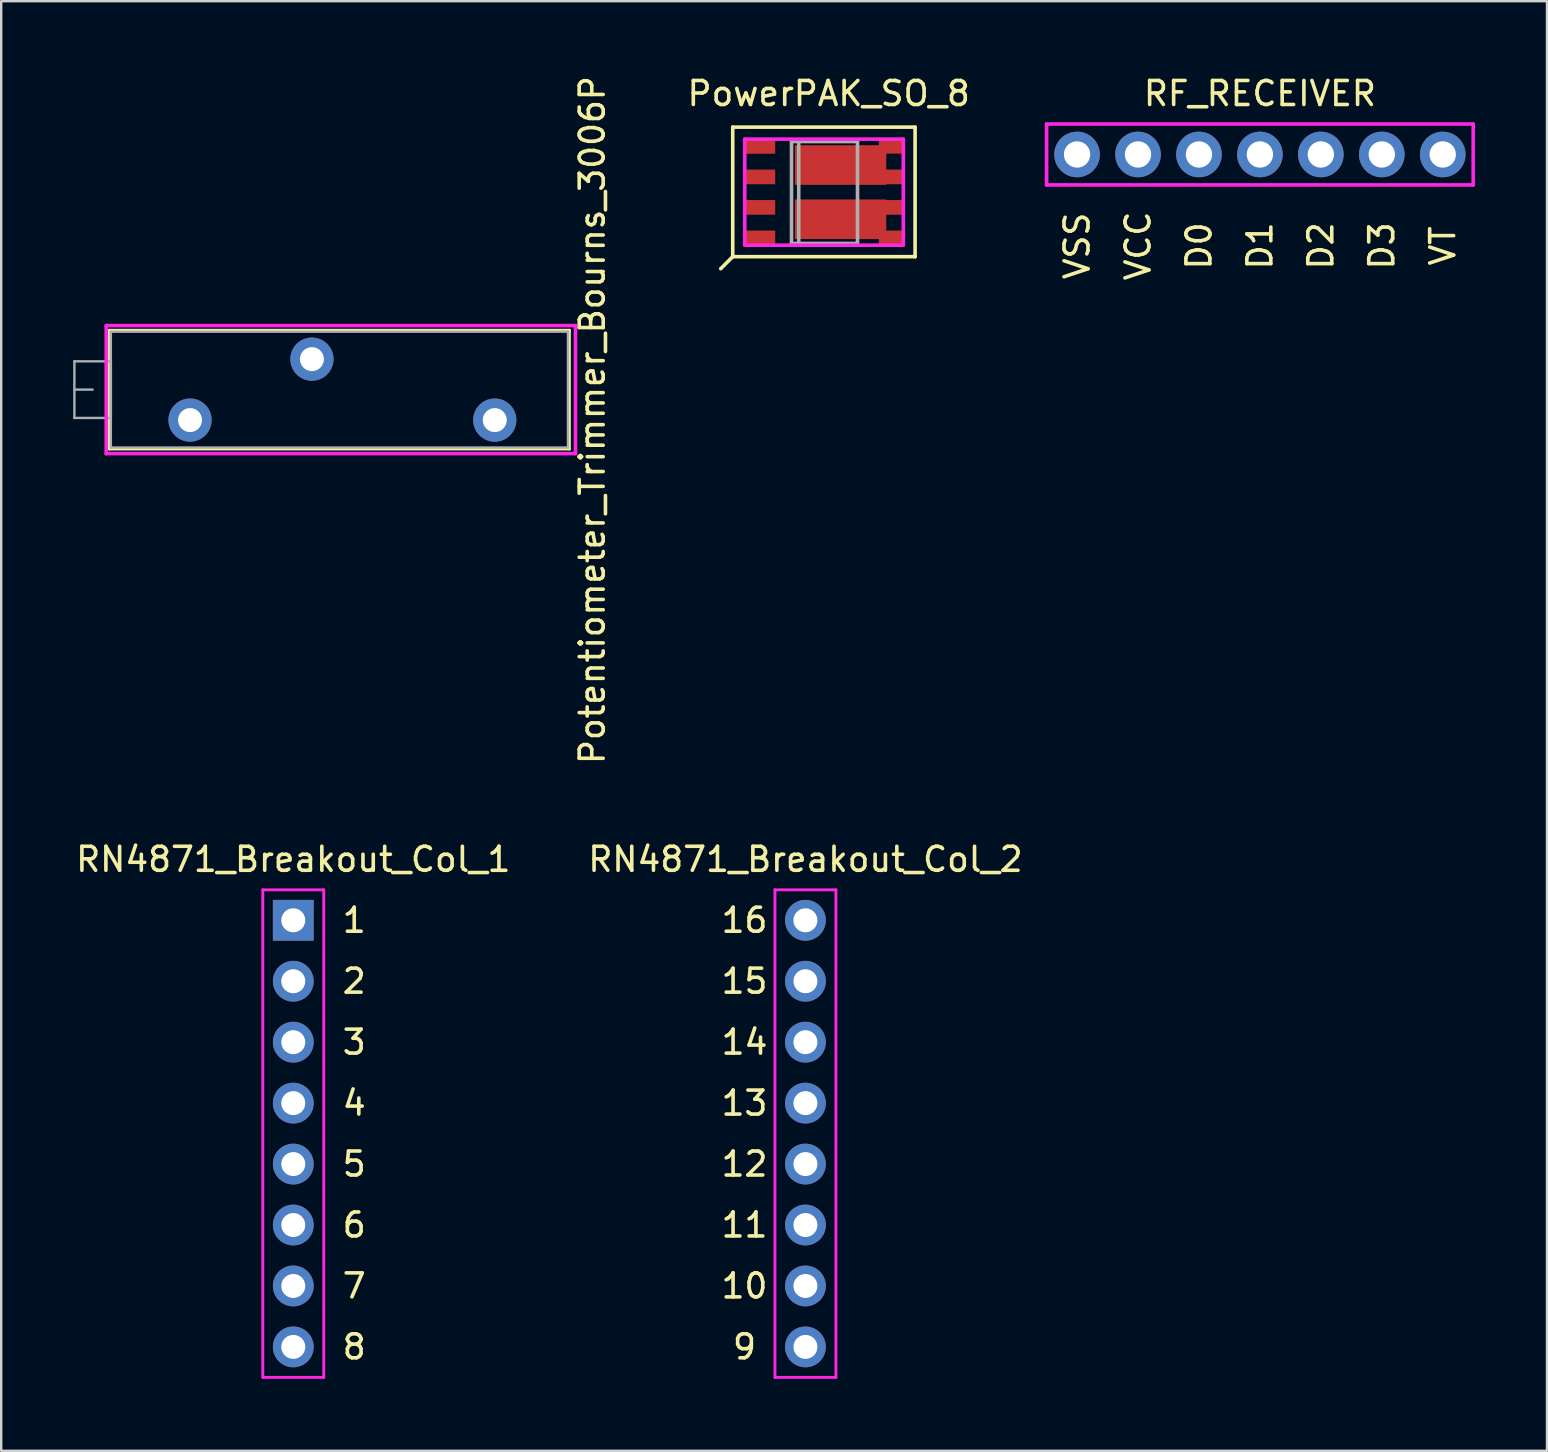
<source format=kicad_pcb>
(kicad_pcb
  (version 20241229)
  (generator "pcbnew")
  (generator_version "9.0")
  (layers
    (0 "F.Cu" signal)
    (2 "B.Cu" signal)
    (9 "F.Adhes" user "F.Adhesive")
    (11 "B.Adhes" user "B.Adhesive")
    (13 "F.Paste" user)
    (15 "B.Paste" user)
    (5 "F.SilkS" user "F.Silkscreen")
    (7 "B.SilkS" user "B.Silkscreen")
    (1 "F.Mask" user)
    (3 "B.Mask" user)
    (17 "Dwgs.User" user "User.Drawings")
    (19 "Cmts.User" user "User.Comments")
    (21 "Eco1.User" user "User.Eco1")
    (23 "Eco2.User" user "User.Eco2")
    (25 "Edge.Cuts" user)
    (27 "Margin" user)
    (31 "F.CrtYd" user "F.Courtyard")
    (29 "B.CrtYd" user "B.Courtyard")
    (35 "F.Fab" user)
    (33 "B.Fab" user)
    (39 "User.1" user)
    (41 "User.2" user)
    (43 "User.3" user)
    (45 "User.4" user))
  (footprint "RF_RECEIVER"
    (layer "F.Cu")
    (at 49.459 3.388)
    (property "Reference" "RF_RECEIVER" (at 0 -2.54 0) (layer "F.SilkS") (effects (font (size 1 1) (thickness 0.15))))
    (attr through_hole)
    (fp_line (start -8.89 -1.27) (end -8.89 1.27) (stroke (width 0.15) (type solid)) (layer "F.CrtYd"))
    (fp_line (start -8.89 1.27) (end 8.89 1.27) (stroke (width 0.15) (type solid)) (layer "F.CrtYd"))
    (fp_line (start 8.89 -1.27) (end -8.89 -1.27) (stroke (width 0.15) (type solid)) (layer "F.CrtYd"))
    (fp_line (start 8.89 1.27) (end 8.89 -1.27) (stroke (width 0.15) (type solid)) (layer "F.CrtYd"))
    (fp_text user "D3" (at 5.08 3.81 90) (layer "F.SilkS") (effects (font (size 1 1) (thickness 0.15))))
    (fp_text user "VT" (at 7.62 3.81 90) (layer "F.SilkS") (effects (font (size 1 1) (thickness 0.15))))
    (fp_text user "VSS" (at -7.62 3.81 90) (layer "F.SilkS") (effects (font (size 1 1) (thickness 0.15))))
    (fp_text user "D2" (at 2.54 3.81 90) (layer "F.SilkS") (effects (font (size 1 1) (thickness 0.15))))
    (fp_text user "D1" (at 0 3.81 90) (layer "F.SilkS") (effects (font (size 1 1) (thickness 0.15))))
    (fp_text user "D0" (at -2.54 3.81 90) (layer "F.SilkS") (effects (font (size 1 1) (thickness 0.15))))
    (fp_text user "VCC" (at -5.08 3.81 90) (layer "F.SilkS") (effects (font (size 1 1) (thickness 0.15))))
    (pad "1" thru_hole circle (at -7.62 0) (size 1.9 1.9) (drill 1.1) (layers "*.Cu" "*.Mask"))
    (pad "2" thru_hole circle (at -5.08 0) (size 1.9 1.9) (drill 1.1) (layers "*.Cu" "*.Mask"))
    (pad "3" thru_hole circle (at -2.54 0) (size 1.9 1.9) (drill 1.1) (layers "*.Cu" "*.Mask"))
    (pad "4" thru_hole circle (at 0 0) (size 1.9 1.9) (drill 1.1) (layers "*.Cu" "*.Mask"))
    (pad "5" thru_hole circle (at 2.54 0) (size 1.9 1.9) (drill 1.1) (layers "*.Cu" "*.Mask"))
    (pad "6" thru_hole circle (at 5.08 0) (size 1.9 1.9) (drill 1.1) (layers "*.Cu" "*.Mask"))
    (pad "7" thru_hole circle (at 7.62 0) (size 1.9 1.9) (drill 1.1) (layers "*.Cu" "*.Mask")))
  (footprint "Potentiometer_Trimmer_Bourns_3006P"
    (layer "F.Cu")
    (at 17.57 14.458)
    (property "Reference" "Potentiometer_Trimmer_Bourns_3006P" (at 4.064 0 90) (layer "F.SilkS") (effects (font (size 1 1) (thickness 0.15))))
    (attr through_hole)
    (fp_line (start -16.061 -2.51) (end -16.061 -0.03) (stroke (width 0.12) (type solid)) (layer "F.SilkS"))
    (fp_line (start -16.06 -3.745) (end -16.06 1.206) (stroke (width 0.12) (type solid)) (layer "F.SilkS"))
    (fp_line (start -16.06 -3.745) (end 3.111 -3.745) (stroke (width 0.12) (type solid)) (layer "F.SilkS"))
    (fp_line (start -16.06 1.206) (end 3.111 1.206) (stroke (width 0.12) (type solid)) (layer "F.SilkS"))
    (fp_line (start 3.111 -3.745) (end 3.111 1.206) (stroke (width 0.12) (type solid)) (layer "F.SilkS"))
    (fp_line (start -16.192 -3.937) (end -16.192 1.397) (stroke (width 0.15) (type solid)) (layer "F.CrtYd"))
    (fp_line (start -16.192 1.397) (end 3.365 1.397) (stroke (width 0.15) (type solid)) (layer "F.CrtYd"))
    (fp_line (start 3.365 -3.937) (end -16.192 -3.937) (stroke (width 0.15) (type solid)) (layer "F.CrtYd"))
    (fp_line (start 3.365 1.397) (end 3.365 -3.937) (stroke (width 0.15) (type solid)) (layer "F.CrtYd"))
    (fp_line (start -17.52 -2.45) (end -17.52 -0.09) (stroke (width 0.1) (type solid)) (layer "F.Fab"))
    (fp_line (start -17.52 -1.27) (end -16.76 -1.27) (stroke (width 0.1) (type solid)) (layer "F.Fab"))
    (fp_line (start -17.52 -0.09) (end -16 -0.09) (stroke (width 0.1) (type solid)) (layer "F.Fab"))
    (fp_line (start -16 -3.685) (end -16 1.145) (stroke (width 0.1) (type solid)) (layer "F.Fab"))
    (fp_line (start -16 -2.45) (end -17.52 -2.45) (stroke (width 0.1) (type solid)) (layer "F.Fab"))
    (fp_line (start -16 -0.09) (end -16 -2.45) (stroke (width 0.1) (type solid)) (layer "F.Fab"))
    (fp_line (start -16 1.145) (end 3.05 1.145) (stroke (width 0.1) (type solid)) (layer "F.Fab"))
    (fp_line (start 3.05 -3.685) (end -16 -3.685) (stroke (width 0.1) (type solid)) (layer "F.Fab"))
    (fp_line (start 3.05 1.145) (end 3.05 -3.685) (stroke (width 0.1) (type solid)) (layer "F.Fab"))
    (pad "1" thru_hole circle (at 0 0) (size 1.8 1.8) (drill 1) (layers "*.Cu" "*.Mask"))
    (pad "2" thru_hole circle (at -7.62 -2.54) (size 1.8 1.8) (drill 1) (layers "*.Cu" "*.Mask"))
    (pad "3" thru_hole circle (at -12.7 0) (size 1.8 1.8) (drill 1) (layers "*.Cu" "*.Mask")))
  (footprint "RN4871_Breakout_Col_2"
    (layer "F.Cu")
    (at 30.518 35.305)
    (property "Reference" "RN4871_Breakout_Col_2" (at 0 -2.54 0) (layer "F.SilkS") (effects (font (size 1 1) (thickness 0.15))))
    (attr through_hole)
    (fp_line (start -1.27 -1.27) (end 1.27 -1.27) (stroke (width 0.12) (type solid)) (layer "F.CrtYd"))
    (fp_line (start -1.27 19.05) (end -1.27 -1.27) (stroke (width 0.12) (type solid)) (layer "F.CrtYd"))
    (fp_line (start 1.27 -1.27) (end 1.27 19.05) (stroke (width 0.12) (type solid)) (layer "F.CrtYd"))
    (fp_line (start 1.27 19.05) (end -1.27 19.05) (stroke (width 0.12) (type solid)) (layer "F.CrtYd"))
    (fp_text user "12" (at -2.54 10.16 0) (layer "F.SilkS") (effects (font (size 1 1) (thickness 0.15))))
    (fp_text user "11" (at -2.54 12.7 0) (layer "F.SilkS") (effects (font (size 1 1) (thickness 0.15))))
    (fp_text user "14" (at -2.54 5.08 0) (layer "F.SilkS") (effects (font (size 1 1) (thickness 0.15))))
    (fp_text user "15" (at -2.54 2.54 0) (layer "F.SilkS") (effects (font (size 1 1) (thickness 0.15))))
    (fp_text user "10" (at -2.54 15.24 0) (layer "F.SilkS") (effects (font (size 1 1) (thickness 0.15))))
    (fp_text user "13" (at -2.54 7.62 0) (layer "F.SilkS") (effects (font (size 1 1) (thickness 0.15))))
    (fp_text user "16" (at -2.54 0 0) (layer "F.SilkS") (effects (font (size 1 1) (thickness 0.15))))
    (fp_text user "9" (at -2.54 17.78 0) (layer "F.SilkS") (effects (font (size 1 1) (thickness 0.15))))
    (pad "1" thru_hole circle (at 0 17.78) (size 1.7 1.7) (drill 1) (layers "*.Cu" "*.Mask"))
    (pad "2" thru_hole circle (at 0 15.24) (size 1.7 1.7) (drill 1) (layers "*.Cu" "*.Mask"))
    (pad "3" thru_hole circle (at 0 12.7) (size 1.7 1.7) (drill 1) (layers "*.Cu" "*.Mask"))
    (pad "4" thru_hole circle (at 0 10.16) (size 1.7 1.7) (drill 1) (layers "*.Cu" "*.Mask"))
    (pad "5" thru_hole circle (at 0 7.62) (size 1.7 1.7) (drill 1) (layers "*.Cu" "*.Mask"))
    (pad "6" thru_hole circle (at 0 5.08) (size 1.7 1.7) (drill 1) (layers "*.Cu" "*.Mask"))
    (pad "7" thru_hole circle (at 0 2.54) (size 1.7 1.7) (drill 1) (layers "*.Cu" "*.Mask"))
    (pad "8" thru_hole circle (at 0 0) (size 1.7 1.7) (drill 1) (layers "*.Cu" "*.Mask")))
  (footprint "RN4871_Breakout_Col_1"
    (layer "F.Cu")
    (at 9.173 35.305)
    (property "Reference" "RN4871_Breakout_Col_1" (at 0 -2.54 0) (layer "F.SilkS") (effects (font (size 1 1) (thickness 0.15))))
    (attr through_hole)
    (fp_line (start -1.27 -1.27) (end 1.27 -1.27) (stroke (width 0.12) (type solid)) (layer "F.CrtYd"))
    (fp_line (start -1.27 19.05) (end -1.27 -1.27) (stroke (width 0.12) (type solid)) (layer "F.CrtYd"))
    (fp_line (start 1.27 -1.27) (end 1.27 19.05) (stroke (width 0.12) (type solid)) (layer "F.CrtYd"))
    (fp_line (start 1.27 19.05) (end -1.27 19.05) (stroke (width 0.12) (type solid)) (layer "F.CrtYd"))
    (fp_text user "8" (at 2.54 17.78 0) (layer "F.SilkS") (effects (font (size 1 1) (thickness 0.15))))
    (fp_text user "1" (at 2.54 0 0) (layer "F.SilkS") (effects (font (size 1 1) (thickness 0.15))))
    (fp_text user "4" (at 2.54 7.62 0) (layer "F.SilkS") (effects (font (size 1 1) (thickness 0.15))))
    (fp_text user "5" (at 2.54 10.16 0) (layer "F.SilkS") (effects (font (size 1 1) (thickness 0.15))))
    (fp_text user "2" (at 2.54 2.54 0) (layer "F.SilkS") (effects (font (size 1 1) (thickness 0.15))))
    (fp_text user "7" (at 2.54 15.24 0) (layer "F.SilkS") (effects (font (size 1 1) (thickness 0.15))))
    (fp_text user "6" (at 2.54 12.7 0) (layer "F.SilkS") (effects (font (size 1 1) (thickness 0.15))))
    (fp_text user "3" (at 2.54 5.08 0) (layer "F.SilkS") (effects (font (size 1 1) (thickness 0.15))))
    (pad "1" thru_hole rect (at 0 0) (size 1.7 1.7) (drill 1) (layers "*.Cu" "*.Mask"))
    (pad "2" thru_hole circle (at 0 2.54) (size 1.7 1.7) (drill 1) (layers "*.Cu" "*.Mask"))
    (pad "3" thru_hole circle (at 0 5.08) (size 1.7 1.7) (drill 1) (layers "*.Cu" "*.Mask"))
    (pad "4" thru_hole circle (at 0 7.62) (size 1.7 1.7) (drill 1) (layers "*.Cu" "*.Mask"))
    (pad "5" thru_hole circle (at 0 10.16) (size 1.7 1.7) (drill 1) (layers "*.Cu" "*.Mask"))
    (pad "6" thru_hole circle (at 0 12.7) (size 1.7 1.7) (drill 1) (layers "*.Cu" "*.Mask"))
    (pad "7" thru_hole circle (at 0 15.24) (size 1.7 1.7) (drill 1) (layers "*.Cu" "*.Mask"))
    (pad "8" thru_hole circle (at 0 17.78) (size 1.7 1.7) (drill 1) (layers "*.Cu" "*.Mask")))
  (footprint "PowerPAK_SO_8"
    (layer "F.Cu")
    (at 27.988 2.748)
    (property "Reference" "PowerPAK_SO_8" (at 3.5 -1.9 0) (layer "F.SilkS") (effects (font (size 1 1) (thickness 0.15))))
    (attr through_hole)
    (fp_line (start -0.5 -0.5) (end 7.1 -0.5) (stroke (width 0.15) (type solid)) (layer "F.SilkS"))
    (fp_line (start -0.5 4.9) (end -1 5.4) (stroke (width 0.15) (type solid)) (layer "F.SilkS"))
    (fp_line (start -0.5 4.9) (end -0.5 -0.5) (stroke (width 0.15) (type solid)) (layer "F.SilkS"))
    (fp_line (start 7.1 -0.5) (end 7.1 4.9) (stroke (width 0.15) (type solid)) (layer "F.SilkS"))
    (fp_line (start 7.1 4.9) (end -0.5 4.9) (stroke (width 0.15) (type solid)) (layer "F.SilkS"))
    (fp_line (start 0 0) (end 6.61 0) (stroke (width 0.15) (type solid)) (layer "F.CrtYd"))
    (fp_line (start 0 4.42) (end 0 0) (stroke (width 0.15) (type solid)) (layer "F.CrtYd"))
    (fp_line (start 0 4.42) (end 6.61 4.42) (stroke (width 0.15) (type solid)) (layer "F.CrtYd"))
    (fp_line (start 6.61 4.42) (end 6.61 0) (stroke (width 0.15) (type solid)) (layer "F.CrtYd"))
    (fp_line (start 1.95 0.1) (end 4.7 0.1) (stroke (width 0.15) (type solid)) (layer "F.Fab"))
    (fp_line (start 1.95 4.35) (end 1.95 0.1) (stroke (width 0.15) (type solid)) (layer "F.Fab"))
    (fp_line (start 2.25 0.1) (end 2.25 4.35) (stroke (width 0.15) (type solid)) (layer "F.Fab"))
    (fp_line (start 4.7 0.1) (end 4.7 4.35) (stroke (width 0.15) (type solid)) (layer "F.Fab"))
    (fp_line (start 4.7 4.35) (end 1.95 4.35) (stroke (width 0.15) (type solid)) (layer "F.Fab"))
    (pad "1" smd rect (at 0.635 4.115) (size 1.27 0.61) (layers "F.Cu" "F.Mask" "F.Paste"))
    (pad "2" smd rect (at 0.635 2.845) (size 1.27 0.61) (layers "F.Cu" "F.Mask" "F.Paste"))
    (pad "3" smd rect (at 0.635 1.575) (size 1.27 0.61) (layers "F.Cu" "F.Mask" "F.Paste"))
    (pad "4" smd rect (at 0.635 0.305) (size 1.27 0.61) (layers "F.Cu" "F.Mask" "F.Paste"))
    (pad "5" smd rect (at 3.995 1.08) (size 3.81 1.65) (layers "F.Cu" "F.Mask" "F.Paste"))
    (pad "5" smd rect (at 6.1 0.3) (size 1.02 0.61) (layers "F.Cu" "F.Mask" "F.Paste"))
    (pad "6" smd rect (at 6.1 1.575) (size 1.02 0.61) (layers "F.Cu" "F.Mask" "F.Paste"))
    (pad "7" smd rect (at 3.995 3.34) (size 3.81 1.65) (layers "F.Cu" "F.Mask" "F.Paste"))
    (pad "7" smd rect (at 6.1 2.845) (size 1.02 0.61) (layers "F.Cu" "F.Mask" "F.Paste"))
    (pad "8" smd rect (at 6.1 4.115) (size 1.02 0.61) (layers "F.Cu" "F.Mask" "F.Paste")))
  (gr_rect
    (start -3 -3)
    (end 61.424 57.415)
    (stroke (width 0.1) (type default))
    (fill no)
    (layer "Edge.Cuts")))
</source>
